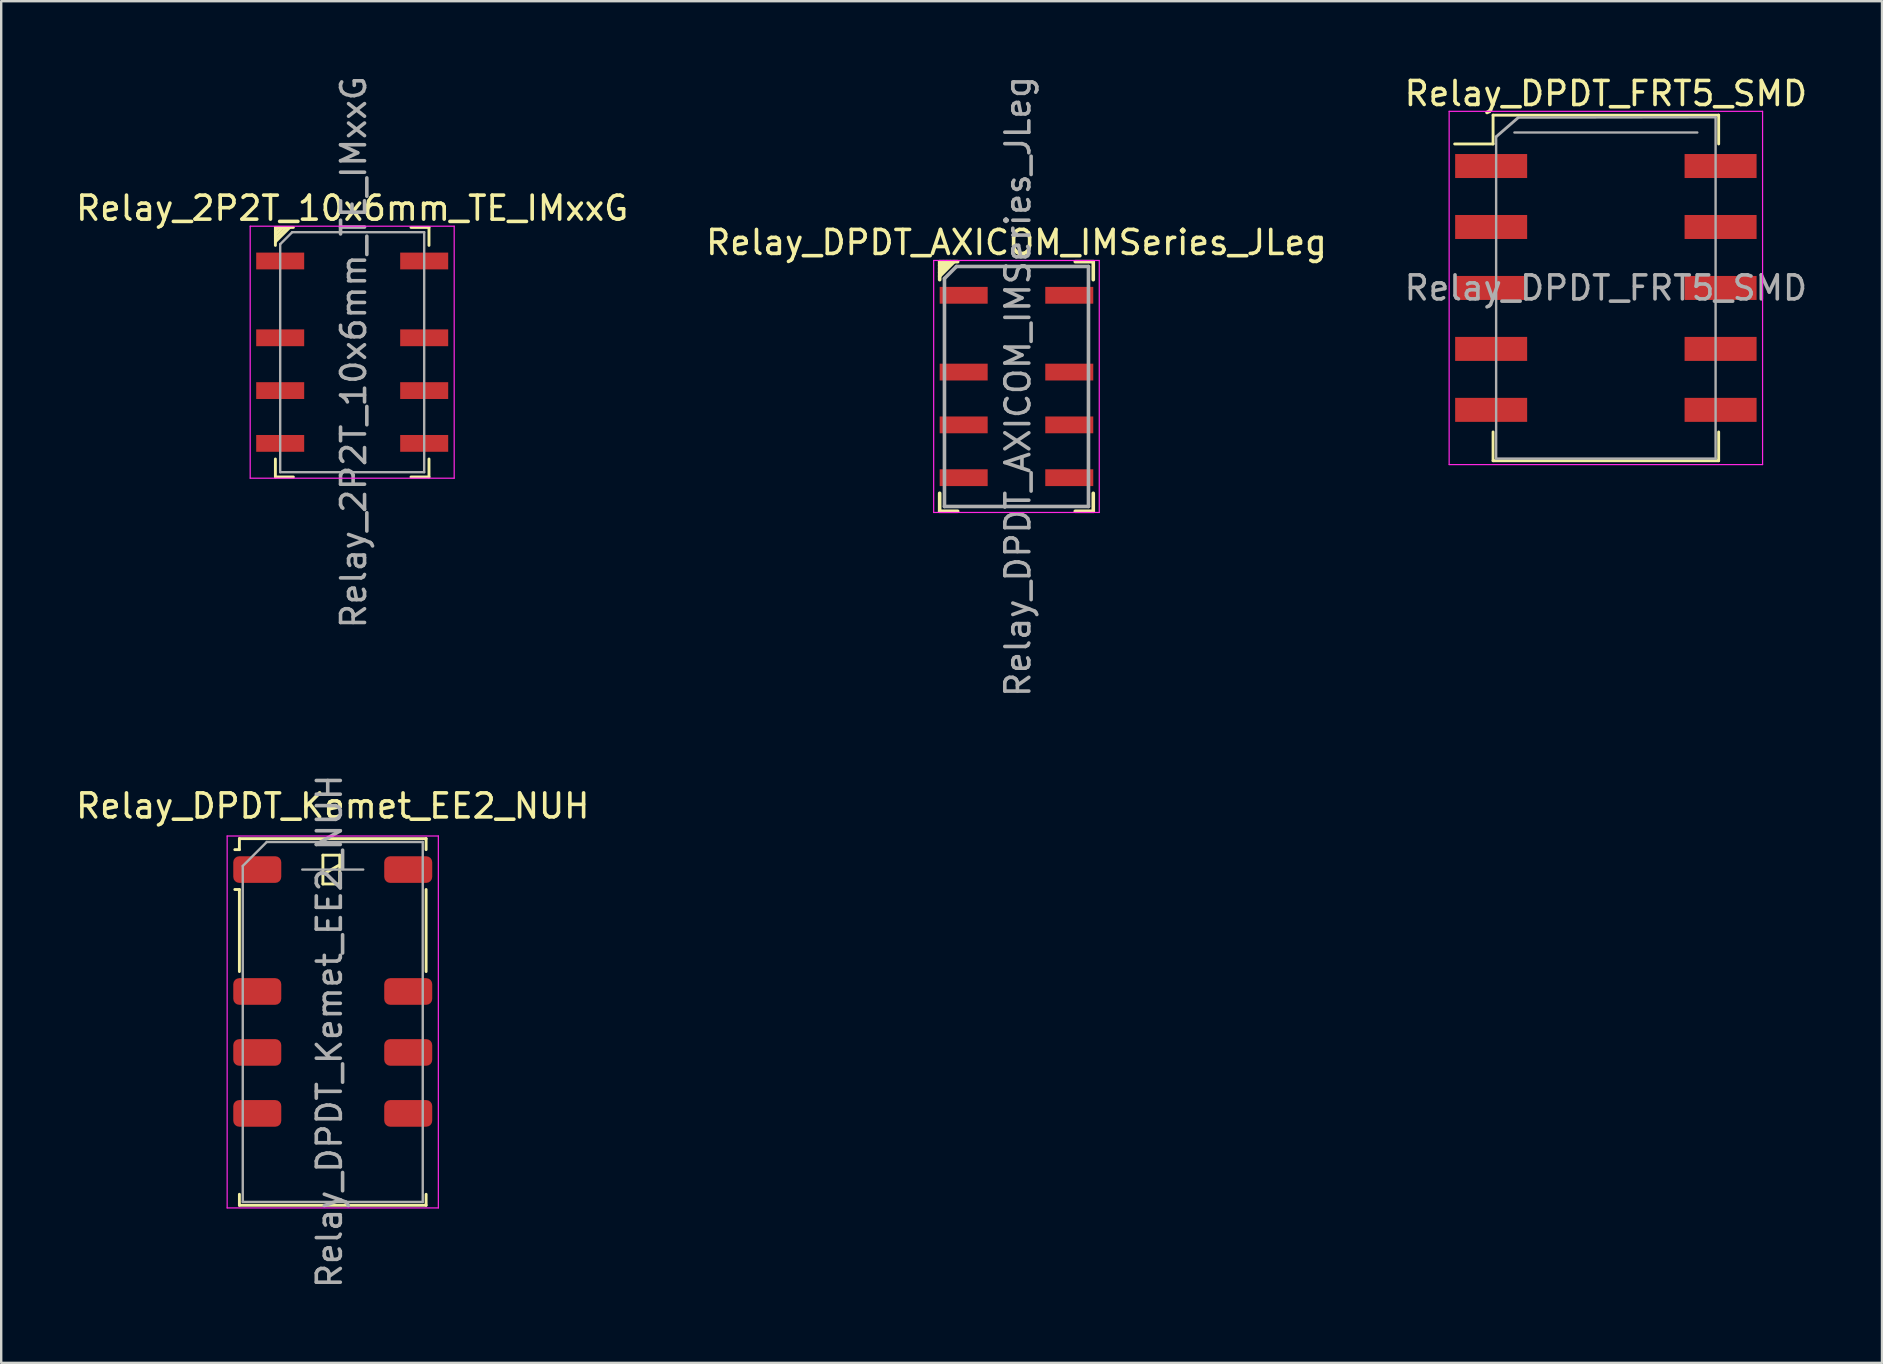
<source format=kicad_pcb>
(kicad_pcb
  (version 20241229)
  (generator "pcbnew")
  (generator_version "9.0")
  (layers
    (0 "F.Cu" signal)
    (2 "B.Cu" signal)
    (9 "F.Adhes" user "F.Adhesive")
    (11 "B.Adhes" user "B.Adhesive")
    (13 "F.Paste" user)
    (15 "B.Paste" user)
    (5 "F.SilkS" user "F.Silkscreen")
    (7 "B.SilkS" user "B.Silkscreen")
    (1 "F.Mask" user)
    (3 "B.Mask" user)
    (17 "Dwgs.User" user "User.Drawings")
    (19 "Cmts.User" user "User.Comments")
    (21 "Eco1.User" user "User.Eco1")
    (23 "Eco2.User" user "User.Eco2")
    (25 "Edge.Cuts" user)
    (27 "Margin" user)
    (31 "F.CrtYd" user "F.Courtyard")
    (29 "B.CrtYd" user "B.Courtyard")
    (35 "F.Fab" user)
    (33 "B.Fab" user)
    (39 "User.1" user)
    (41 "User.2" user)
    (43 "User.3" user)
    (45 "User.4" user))
  (footprint "Relay_DPDT_AXICOM_IMSeries_JLeg"
    (layer "F.Cu")
    (at 39.304 13.054)
    (property "Reference" "Relay_DPDT_AXICOM_IMSeries_JLeg" (at 0 -6 0) (layer "F.SilkS") (effects (font (size 1 1) (thickness 0.15))))
    (attr smd)
    (fp_line (start -3.2 -5.2) (end -3.2 -4.45) (stroke (width 0.15) (type solid)) (layer "F.SilkS"))
    (fp_line (start -3.2 4.45) (end -3.2 5.2) (stroke (width 0.15) (type solid)) (layer "F.SilkS"))
    (fp_line (start -3.2 5.2) (end -2.45 5.2) (stroke (width 0.15) (type solid)) (layer "F.SilkS"))
    (fp_line (start -3.05 -5.2) (end -3.2 -5.05) (stroke (width 0.15) (type solid)) (layer "F.SilkS"))
    (fp_line (start -2.9 -5.2) (end -3.2 -4.9) (stroke (width 0.15) (type solid)) (layer "F.SilkS"))
    (fp_line (start -2.75 -5.2) (end -3.2 -4.75) (stroke (width 0.15) (type solid)) (layer "F.SilkS"))
    (fp_line (start -2.6 -5.2) (end -3.2 -4.6) (stroke (width 0.15) (type solid)) (layer "F.SilkS"))
    (fp_line (start -2.45 -5.2) (end -3.2 -5.2) (stroke (width 0.15) (type solid)) (layer "F.SilkS"))
    (fp_line (start 2.45 -5.2) (end 3.2 -5.2) (stroke (width 0.15) (type solid)) (layer "F.SilkS"))
    (fp_line (start 2.45 5.2) (end 3.2 5.2) (stroke (width 0.15) (type solid)) (layer "F.SilkS"))
    (fp_line (start 3.2 -5.2) (end 3.2 -4.45) (stroke (width 0.15) (type solid)) (layer "F.SilkS"))
    (fp_line (start 3.2 4.45) (end 3.2 5.2) (stroke (width 0.15) (type solid)) (layer "F.SilkS"))
    (fp_line (start -3.45 -5.25) (end -3.45 5.25) (stroke (width 0.05) (type solid)) (layer "F.CrtYd"))
    (fp_line (start -3.45 5.25) (end 3.45 5.25) (stroke (width 0.05) (type solid)) (layer "F.CrtYd"))
    (fp_line (start 3.45 -5.25) (end -3.45 -5.25) (stroke (width 0.05) (type solid)) (layer "F.CrtYd"))
    (fp_line (start 3.45 5.25) (end 3.45 -5.25) (stroke (width 0.05) (type solid)) (layer "F.CrtYd"))
    (fp_line (start -3 -4.5) (end -2.5 -5) (stroke (width 0.15) (type solid)) (layer "F.Fab"))
    (fp_line (start -3 5) (end -3 -4.5) (stroke (width 0.15) (type solid)) (layer "F.Fab"))
    (fp_line (start -2.5 -5) (end 3 -5) (stroke (width 0.15) (type solid)) (layer "F.Fab"))
    (fp_line (start 3 -5) (end 3 5) (stroke (width 0.15) (type solid)) (layer "F.Fab"))
    (fp_line (start 3 5) (end -3 5) (stroke (width 0.15) (type solid)) (layer "F.Fab"))
    (fp_text user "${REFERENCE}" (at 0.06 0 90) (layer "F.Fab") (effects (font (size 1 1) (thickness 0.15))))
    (pad "1" smd rect (at -2.2 -3.8) (size 2 0.7) (layers "F.Cu" "F.Mask" "F.Paste"))
    (pad "2" smd rect (at -2.2 -0.6) (size 2 0.7) (layers "F.Cu" "F.Mask" "F.Paste"))
    (pad "3" smd rect (at -2.2 1.6) (size 2 0.7) (layers "F.Cu" "F.Mask" "F.Paste"))
    (pad "4" smd rect (at -2.2 3.8) (size 2 0.7) (layers "F.Cu" "F.Mask" "F.Paste"))
    (pad "5" smd rect (at 2.2 3.8) (size 2 0.7) (layers "F.Cu" "F.Mask" "F.Paste"))
    (pad "6" smd rect (at 2.2 1.6) (size 2 0.7) (layers "F.Cu" "F.Mask" "F.Paste"))
    (pad "7" smd rect (at 2.2 -0.6) (size 2 0.7) (layers "F.Cu" "F.Mask" "F.Paste"))
    (pad "8" smd rect (at 2.2 -3.8) (size 2 0.7) (layers "F.Cu" "F.Mask" "F.Paste")))
  (footprint "Relay_DPDT_FRT5_SMD"
    (layer "F.Cu")
    (at 63.863 8.948)
    (property "Reference" "Relay_DPDT_FRT5_SMD" (at 0 -8.1 0) (layer "F.SilkS") (effects (font (size 1 1) (thickness 0.15))))
    (attr smd)
    (fp_line (start -4.7 -7.2) (end -4.7 -6) (stroke (width 0.12) (type solid)) (layer "F.SilkS"))
    (fp_line (start -4.7 -7.2) (end 4.7 -7.2) (stroke (width 0.12) (type solid)) (layer "F.SilkS"))
    (fp_line (start -4.7 -6) (end -6.3 -6) (stroke (width 0.12) (type solid)) (layer "F.SilkS"))
    (fp_line (start -4.7 7.2) (end -4.7 6) (stroke (width 0.12) (type solid)) (layer "F.SilkS"))
    (fp_line (start 4.7 -7.2) (end 4.7 -6) (stroke (width 0.12) (type solid)) (layer "F.SilkS"))
    (fp_line (start 4.7 7.2) (end -4.7 7.2) (stroke (width 0.12) (type solid)) (layer "F.SilkS"))
    (fp_line (start 4.7 7.2) (end 4.7 6) (stroke (width 0.12) (type solid)) (layer "F.SilkS"))
    (fp_line (start -6.53 -7.36) (end -6.53 7.36) (stroke (width 0.05) (type solid)) (layer "F.CrtYd"))
    (fp_line (start -6.53 -7.36) (end 6.53 -7.36) (stroke (width 0.05) (type solid)) (layer "F.CrtYd"))
    (fp_line (start 6.53 7.36) (end -6.53 7.36) (stroke (width 0.05) (type solid)) (layer "F.CrtYd"))
    (fp_line (start 6.53 7.36) (end 6.53 -7.36) (stroke (width 0.05) (type solid)) (layer "F.CrtYd"))
    (fp_line (start -4.572 -6.3) (end -3.65 -7.1) (stroke (width 0.12) (type solid)) (layer "F.Fab"))
    (fp_line (start -4.572 7.112) (end -4.572 -6.3) (stroke (width 0.1) (type solid)) (layer "F.Fab"))
    (fp_line (start -3.81 -6.477) (end 3.81 -6.477) (stroke (width 0.1) (type solid)) (layer "F.Fab"))
    (fp_line (start -3.65 -7.1) (end 4.572 -7.112) (stroke (width 0.1) (type solid)) (layer "F.Fab"))
    (fp_line (start 4.572 -7.112) (end 4.572 7.112) (stroke (width 0.1) (type solid)) (layer "F.Fab"))
    (fp_line (start 4.572 7.112) (end -4.572 7.112) (stroke (width 0.1) (type solid)) (layer "F.Fab"))
    (fp_text user "${REFERENCE}" (at 0 0 0) (layer "F.Fab") (effects (font (size 1 1) (thickness 0.15))))
    (pad "1" smd rect (at -4.78 -5.08) (size 3 1) (layers "F.Cu" "F.Mask" "F.Paste"))
    (pad "2" smd rect (at -4.78 -2.54) (size 3 1) (layers "F.Cu" "F.Mask" "F.Paste"))
    (pad "3" smd rect (at -4.78 0) (size 3 1) (layers "F.Cu" "F.Mask" "F.Paste"))
    (pad "4" smd rect (at -4.78 2.54) (size 3 1) (layers "F.Cu" "F.Mask" "F.Paste"))
    (pad "5" smd rect (at -4.78 5.08) (size 3 1) (layers "F.Cu" "F.Mask" "F.Paste"))
    (pad "6" smd rect (at 4.78 5.08) (size 3 1) (layers "F.Cu" "F.Mask" "F.Paste"))
    (pad "7" smd rect (at 4.78 2.54) (size 3 1) (layers "F.Cu" "F.Mask" "F.Paste"))
    (pad "8" smd rect (at 4.78 0) (size 3 1) (layers "F.Cu" "F.Mask" "F.Paste"))
    (pad "9" smd rect (at 4.78 -2.54) (size 3 1) (layers "F.Cu" "F.Mask" "F.Paste"))
    (pad "10" smd rect (at 4.78 -5.08) (size 3 1) (layers "F.Cu" "F.Mask" "F.Paste")))
  (footprint "Relay_DPDT_Kemet_EE2_NUH"
    (layer "F.Cu")
    (at 10.815 39.533)
    (property "Reference" "Relay_DPDT_Kemet_EE2_NUH" (at 0 -9 180) (layer "F.SilkS") (effects (font (size 1 1) (thickness 0.15))))
    (attr smd)
    (fp_line (start -3.89 -7.64) (end -3.89 -7.18) (stroke (width 0.12) (type solid)) (layer "F.SilkS"))
    (fp_line (start -3.89 -7.18) (end -4.08 -7.18) (stroke (width 0.12) (type solid)) (layer "F.SilkS"))
    (fp_line (start -3.89 -5.52) (end -4.08 -5.52) (stroke (width 0.12) (type solid)) (layer "F.SilkS"))
    (fp_line (start -3.89 -5.52) (end -3.89 -2.1) (stroke (width 0.12) (type solid)) (layer "F.SilkS"))
    (fp_line (start -3.89 7.18) (end -3.89 7.64) (stroke (width 0.12) (type solid)) (layer "F.SilkS"))
    (fp_line (start -0.41 -6.95) (end -0.41 -5.75) (stroke (width 0.12) (type solid)) (layer "F.SilkS"))
    (fp_line (start -0.41 -6.15) (end 0.29 -6.55) (stroke (width 0.12) (type solid)) (layer "F.SilkS"))
    (fp_line (start -0.41 -5.75) (end 0.29 -5.75) (stroke (width 0.12) (type solid)) (layer "F.SilkS"))
    (fp_line (start 0.29 -6.95) (end -0.41 -6.95) (stroke (width 0.12) (type solid)) (layer "F.SilkS"))
    (fp_line (start 0.29 -5.75) (end 0.29 -6.95) (stroke (width 0.12) (type solid)) (layer "F.SilkS"))
    (fp_line (start 3.89 -7.64) (end -3.89 -7.64) (stroke (width 0.12) (type solid)) (layer "F.SilkS"))
    (fp_line (start 3.89 -7.64) (end 3.89 -7.18) (stroke (width 0.12) (type solid)) (layer "F.SilkS"))
    (fp_line (start 3.89 -5.52) (end 3.89 -2.1) (stroke (width 0.12) (type solid)) (layer "F.SilkS"))
    (fp_line (start 3.89 7.18) (end 3.89 7.64) (stroke (width 0.12) (type solid)) (layer "F.SilkS"))
    (fp_line (start 3.89 7.64) (end -3.89 7.64) (stroke (width 0.12) (type solid)) (layer "F.SilkS"))
    (fp_line (start -4.4 -7.75) (end -4.4 7.75) (stroke (width 0.05) (type solid)) (layer "F.CrtYd"))
    (fp_line (start -4.4 7.75) (end 4.4 7.75) (stroke (width 0.05) (type solid)) (layer "F.CrtYd"))
    (fp_line (start 4.4 -7.75) (end -4.4 -7.75) (stroke (width 0.05) (type solid)) (layer "F.CrtYd"))
    (fp_line (start 4.4 -7.75) (end 4.4 7.75) (stroke (width 0.05) (type solid)) (layer "F.CrtYd"))
    (fp_line (start -3.75 -6.5) (end -3.75 7.5) (stroke (width 0.1) (type solid)) (layer "F.Fab"))
    (fp_line (start -3.75 -6.5) (end -2.75 -7.5) (stroke (width 0.1) (type solid)) (layer "F.Fab"))
    (fp_line (start -1.27 -6.35) (end 1.27 -6.35) (stroke (width 0.1) (type solid)) (layer "F.Fab"))
    (fp_line (start 3.75 -7.5) (end -2.75 -7.5) (stroke (width 0.1) (type solid)) (layer "F.Fab"))
    (fp_line (start 3.75 -7.5) (end 3.75 7.5) (stroke (width 0.1) (type solid)) (layer "F.Fab"))
    (fp_line (start 3.75 7.5) (end -3.75 7.5) (stroke (width 0.1) (type solid)) (layer "F.Fab"))
    (fp_text user "${REFERENCE}" (at -0.14 0.39 90) (layer "F.Fab") (effects (font (size 1 1) (thickness 0.15))))
    (pad "1" smd roundrect (at -3.145 -6.35 270) (size 1.11 2) (layers "F.Cu" "F.Mask" "F.Paste") (roundrect_rratio 0.225))
    (pad "3" smd roundrect (at -3.145 -1.27 270) (size 1.11 2) (layers "F.Cu" "F.Mask" "F.Paste") (roundrect_rratio 0.225))
    (pad "4" smd roundrect (at -3.145 1.27 270) (size 1.11 2) (layers "F.Cu" "F.Mask" "F.Paste") (roundrect_rratio 0.225))
    (pad "5" smd roundrect (at -3.145 3.81 270) (size 1.11 2) (layers "F.Cu" "F.Mask" "F.Paste") (roundrect_rratio 0.225))
    (pad "8" smd roundrect (at 3.145 3.81 270) (size 1.11 2) (layers "F.Cu" "F.Mask" "F.Paste") (roundrect_rratio 0.225))
    (pad "9" smd roundrect (at 3.145 1.27 270) (size 1.11 2) (layers "F.Cu" "F.Mask" "F.Paste") (roundrect_rratio 0.225))
    (pad "10" smd roundrect (at 3.145 -1.27 270) (size 1.11 2) (layers "F.Cu" "F.Mask" "F.Paste") (roundrect_rratio 0.225))
    (pad "12" smd roundrect (at 3.145 -6.35 270) (size 1.11 2) (layers "F.Cu" "F.Mask" "F.Paste") (roundrect_rratio 0.225)))
  (footprint "Relay_2P2T_10x6mm_TE_IMxxG"
    (layer "F.Cu")
    (at 11.625 11.625)
    (property "Reference" "Relay_2P2T_10x6mm_TE_IMxxG" (at 0 -6 0) (layer "F.SilkS") (effects (font (size 1 1) (thickness 0.15))))
    (attr smd)
    (fp_line (start -3.2 -5.2) (end -3.2 -4.45) (stroke (width 0.12) (type solid)) (layer "F.SilkS"))
    (fp_line (start -3.2 4.45) (end -3.2 5.2) (stroke (width 0.12) (type solid)) (layer "F.SilkS"))
    (fp_line (start -3.2 5.2) (end -2.45 5.2) (stroke (width 0.12) (type solid)) (layer "F.SilkS"))
    (fp_line (start -3.05 -5.2) (end -3.2 -5.05) (stroke (width 0.12) (type solid)) (layer "F.SilkS"))
    (fp_line (start -2.9 -5.2) (end -3.2 -4.9) (stroke (width 0.12) (type solid)) (layer "F.SilkS"))
    (fp_line (start -2.75 -5.2) (end -3.2 -4.75) (stroke (width 0.12) (type solid)) (layer "F.SilkS"))
    (fp_line (start -2.6 -5.2) (end -3.2 -4.6) (stroke (width 0.12) (type solid)) (layer "F.SilkS"))
    (fp_line (start -2.45 -5.2) (end -3.2 -5.2) (stroke (width 0.12) (type solid)) (layer "F.SilkS"))
    (fp_line (start 2.45 -5.2) (end 3.2 -5.2) (stroke (width 0.12) (type solid)) (layer "F.SilkS"))
    (fp_line (start 2.45 5.2) (end 3.2 5.2) (stroke (width 0.12) (type solid)) (layer "F.SilkS"))
    (fp_line (start 3.2 -5.2) (end 3.2 -4.45) (stroke (width 0.12) (type solid)) (layer "F.SilkS"))
    (fp_line (start 3.2 4.45) (end 3.2 5.2) (stroke (width 0.12) (type solid)) (layer "F.SilkS"))
    (fp_line (start -4.25 -5.25) (end -4.25 5.25) (stroke (width 0.05) (type solid)) (layer "F.CrtYd"))
    (fp_line (start -4.25 5.25) (end 4.25 5.25) (stroke (width 0.05) (type solid)) (layer "F.CrtYd"))
    (fp_line (start 4.25 -5.25) (end -4.25 -5.25) (stroke (width 0.05) (type solid)) (layer "F.CrtYd"))
    (fp_line (start 4.25 5.25) (end 4.25 -5.25) (stroke (width 0.05) (type solid)) (layer "F.CrtYd"))
    (fp_line (start -3 -4.5) (end -2.5 -5) (stroke (width 0.1) (type solid)) (layer "F.Fab"))
    (fp_line (start -3 5) (end -3 -4.5) (stroke (width 0.1) (type solid)) (layer "F.Fab"))
    (fp_line (start -2.5 -5) (end 3 -5) (stroke (width 0.1) (type solid)) (layer "F.Fab"))
    (fp_line (start 3 -5) (end 3 5) (stroke (width 0.1) (type solid)) (layer "F.Fab"))
    (fp_line (start 3 5) (end -3 5) (stroke (width 0.1) (type solid)) (layer "F.Fab"))
    (fp_text user "${REFERENCE}" (at 0.06 0 90) (layer "F.Fab") (effects (font (size 1 1) (thickness 0.15))))
    (pad "1" smd rect (at -3 -3.8) (size 2 0.7) (layers "F.Cu" "F.Mask" "F.Paste"))
    (pad "2" smd rect (at -3 -0.6) (size 2 0.7) (layers "F.Cu" "F.Mask" "F.Paste"))
    (pad "3" smd rect (at -3 1.6) (size 2 0.7) (layers "F.Cu" "F.Mask" "F.Paste"))
    (pad "4" smd rect (at -3 3.8) (size 2 0.7) (layers "F.Cu" "F.Mask" "F.Paste"))
    (pad "5" smd rect (at 3 3.8) (size 2 0.7) (layers "F.Cu" "F.Mask" "F.Paste"))
    (pad "6" smd rect (at 3 1.6) (size 2 0.7) (layers "F.Cu" "F.Mask" "F.Paste"))
    (pad "7" smd rect (at 3 -0.6) (size 2 0.7) (layers "F.Cu" "F.Mask" "F.Paste"))
    (pad "8" smd rect (at 3 -3.8) (size 2 0.7) (layers "F.Cu" "F.Mask" "F.Paste")))
  (gr_rect
    (start -3 -3)
    (end 75.369 53.738)
    (stroke (width 0.1) (type default))
    (fill no)
    (layer "Edge.Cuts")))
</source>
